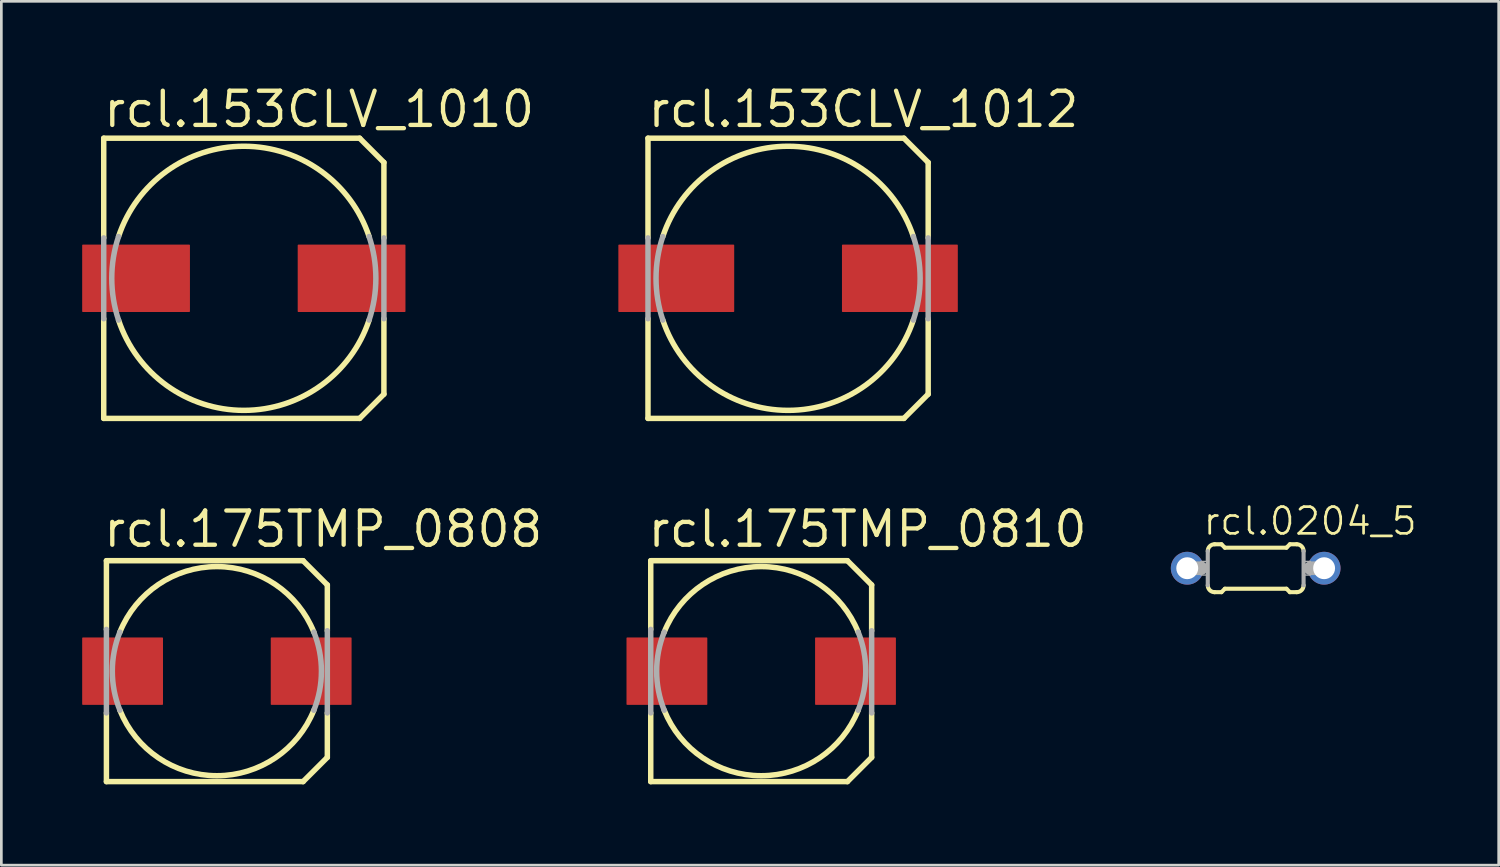
<source format=kicad_pcb>
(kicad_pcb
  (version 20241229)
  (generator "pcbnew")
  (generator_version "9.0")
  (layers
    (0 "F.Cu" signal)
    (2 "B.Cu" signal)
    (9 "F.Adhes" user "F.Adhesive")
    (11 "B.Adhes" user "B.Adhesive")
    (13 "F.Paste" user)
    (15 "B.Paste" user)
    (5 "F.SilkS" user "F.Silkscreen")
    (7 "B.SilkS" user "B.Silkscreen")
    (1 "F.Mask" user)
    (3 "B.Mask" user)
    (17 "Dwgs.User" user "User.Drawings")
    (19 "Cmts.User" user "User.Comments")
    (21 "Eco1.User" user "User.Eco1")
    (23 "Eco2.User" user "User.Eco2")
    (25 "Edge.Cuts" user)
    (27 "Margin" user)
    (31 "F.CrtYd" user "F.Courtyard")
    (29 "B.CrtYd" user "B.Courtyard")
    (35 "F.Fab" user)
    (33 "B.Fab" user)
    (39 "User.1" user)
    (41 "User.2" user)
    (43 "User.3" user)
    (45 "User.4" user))
  (footprint "rcl.175TMP_0810"
    (layer "F.Cu")
    (at 25.204 21.862)
    (property "Reference" "rcl.175TMP_0810" (at -4.29 -4.53 0) (layer "F.SilkS") (effects (font (size 1.27 1.27) (thickness 0.16)) (justify left bottom)))
    (attr smd)
    (fp_line (start -4.1 -4.1) (end 3.2 -4.1) (stroke (width 0.203) (type default)) (layer "F.SilkS"))
    (fp_line (start -4.1 -1.55) (end -4.1 -4.1) (stroke (width 0.203) (type default)) (layer "F.SilkS"))
    (fp_line (start -4.1 4.1) (end -4.1 1.55) (stroke (width 0.203) (type default)) (layer "F.SilkS"))
    (fp_line (start 3.2 -4.1) (end 4.1 -3.2) (stroke (width 0.203) (type default)) (layer "F.SilkS"))
    (fp_line (start 3.2 4.1) (end -4.1 4.1) (stroke (width 0.203) (type default)) (layer "F.SilkS"))
    (fp_line (start 4.1 -3.2) (end 4.1 -1.5) (stroke (width 0.203) (type default)) (layer "F.SilkS"))
    (fp_line (start 4.1 1.55) (end 4.1 3.2) (stroke (width 0.203) (type default)) (layer "F.SilkS"))
    (fp_line (start 4.1 3.2) (end 3.2 4.1) (stroke (width 0.203) (type default)) (layer "F.SilkS"))
    (fp_arc (start -3.6 -1.45) (mid 0 -3.881044) (end 3.6 -1.45) (stroke (width 0.2032) (type default)) (layer "F.SilkS"))
    (fp_arc (start 3.6 1.45) (mid 0 3.881044) (end -3.6 1.45) (stroke (width 0.2032) (type default)) (layer "F.SilkS"))
    (fp_line (start -4.1 1.55) (end -4.1 -1.55) (stroke (width 0.203) (type default)) (layer "F.Fab"))
    (fp_line (start 4.1 -1.5) (end 4.1 1.55) (stroke (width 0.203) (type default)) (layer "F.Fab"))
    (fp_arc (start -3.6 1.45) (mid -3.881044 0) (end -3.6 -1.45) (stroke (width 0.2032) (type default)) (layer "F.Fab"))
    (fp_arc (start 3.6 -1.45) (mid 3.881044 0) (end 3.6 1.45) (stroke (width 0.2032) (type default)) (layer "F.Fab"))
    (pad "+" smd roundrect (at 3.5 0) (size 3 2.5) (layers "F.Cu" "F.Mask" "F.Paste") (roundrect_rratio 0.01))
    (pad "-" smd roundrect (at -3.5 0) (size 3 2.5) (layers "F.Cu" "F.Mask" "F.Paste") (roundrect_rratio 0.01)))
  (footprint "rcl.0204_5"
    (layer "F.Cu")
    (at 43.558 18.041)
    (property "Reference" "rcl.0204_5" (at -2.007 -1.168 0) (layer "F.SilkS") (effects (font (size 0.991 0.991) (thickness 0.1)) (justify left bottom)))
    (attr through_hole)
    (fp_line (start -1.524 -0.889) (end -1.27 -0.889) (stroke (width 0.152) (type default)) (layer "F.SilkS"))
    (fp_line (start -1.524 0.889) (end -1.27 0.889) (stroke (width 0.152) (type default)) (layer "F.SilkS"))
    (fp_line (start -1.143 -0.762) (end -1.27 -0.889) (stroke (width 0.152) (type default)) (layer "F.SilkS"))
    (fp_line (start -1.143 0.762) (end -1.27 0.889) (stroke (width 0.152) (type default)) (layer "F.SilkS"))
    (fp_line (start 1.143 -0.762) (end -1.143 -0.762) (stroke (width 0.152) (type default)) (layer "F.SilkS"))
    (fp_line (start 1.143 -0.762) (end 1.27 -0.889) (stroke (width 0.152) (type default)) (layer "F.SilkS"))
    (fp_line (start 1.143 0.762) (end -1.143 0.762) (stroke (width 0.152) (type default)) (layer "F.SilkS"))
    (fp_line (start 1.143 0.762) (end 1.27 0.889) (stroke (width 0.152) (type default)) (layer "F.SilkS"))
    (fp_line (start 1.524 -0.889) (end 1.27 -0.889) (stroke (width 0.152) (type default)) (layer "F.SilkS"))
    (fp_line (start 1.524 0.889) (end 1.27 0.889) (stroke (width 0.152) (type default)) (layer "F.SilkS"))
    (fp_arc (start -1.778 -0.635) (mid -1.703605 -0.814605) (end -1.524 -0.889) (stroke (width 0.1524) (type default)) (layer "F.SilkS"))
    (fp_arc (start -1.524 0.889) (mid -1.703605 0.814605) (end -1.778 0.635) (stroke (width 0.1524) (type default)) (layer "F.SilkS"))
    (fp_arc (start 1.524 -0.889) (mid 1.703605 -0.814605) (end 1.778 -0.635) (stroke (width 0.1524) (type default)) (layer "F.SilkS"))
    (fp_arc (start 1.778 0.635) (mid 1.703605 0.814605) (end 1.524 0.889) (stroke (width 0.1524) (type default)) (layer "F.SilkS"))
    (fp_line (start -2.54 0) (end -2.032 0) (stroke (width 0.508) (type default)) (layer "F.Fab"))
    (fp_line (start -1.778 0.635) (end -1.778 -0.635) (stroke (width 0.152) (type default)) (layer "F.Fab"))
    (fp_line (start 1.778 0.635) (end 1.778 -0.635) (stroke (width 0.152) (type default)) (layer "F.Fab"))
    (fp_line (start 2.54 0) (end 2.032 0) (stroke (width 0.508) (type default)) (layer "F.Fab"))
    (fp_rect (start -2.032 0.254) (end -1.778 -0.254) (stroke (width 0.05) (type default)) (fill no) (layer "F.Fab"))
    (fp_rect (start 1.778 0.254) (end 2.032 -0.254) (stroke (width 0.05) (type default)) (fill no) (layer "F.Fab"))
    (pad "1" thru_hole circle (at -2.54 0) (size 1.219 1.219) (drill 0.813) (layers "*.Cu" "*.Mask"))
    (pad "2" thru_hole circle (at 2.54 0) (size 1.219 1.219) (drill 0.813) (layers "*.Cu" "*.Mask")))
  (footprint "rcl.153CLV_1010"
    (layer "F.Cu")
    (at 6 7.28)
    (property "Reference" "rcl.153CLV_1010" (at -5.29 -5.53 0) (layer "F.SilkS") (effects (font (size 1.27 1.27) (thickness 0.16)) (justify left bottom)))
    (attr smd)
    (fp_line (start -5.2 -5.2) (end 4.3 -5.2) (stroke (width 0.203) (type default)) (layer "F.SilkS"))
    (fp_line (start -5.2 -1.5) (end -5.2 -5.2) (stroke (width 0.203) (type default)) (layer "F.SilkS"))
    (fp_line (start -5.2 5.2) (end -5.2 1.5) (stroke (width 0.203) (type default)) (layer "F.SilkS"))
    (fp_line (start 4.3 -5.2) (end 5.2 -4.3) (stroke (width 0.203) (type default)) (layer "F.SilkS"))
    (fp_line (start 4.3 5.2) (end -5.2 5.2) (stroke (width 0.203) (type default)) (layer "F.SilkS"))
    (fp_line (start 5.2 -4.3) (end 5.2 -1.5) (stroke (width 0.203) (type default)) (layer "F.SilkS"))
    (fp_line (start 5.2 1.5) (end 5.2 4.3) (stroke (width 0.203) (type default)) (layer "F.SilkS"))
    (fp_line (start 5.2 4.3) (end 4.3 5.2) (stroke (width 0.203) (type default)) (layer "F.SilkS"))
    (fp_arc (start -4.65 -1.55) (mid 0 -4.90153) (end 4.65 -1.55) (stroke (width 0.2032) (type default)) (layer "F.SilkS"))
    (fp_arc (start 4.65 1.55) (mid 0 4.90153) (end -4.65 1.55) (stroke (width 0.2032) (type default)) (layer "F.SilkS"))
    (fp_line (start -5.2 1.5) (end -5.2 -1.5) (stroke (width 0.203) (type default)) (layer "F.Fab"))
    (fp_line (start 5.2 -1.5) (end 5.2 1.5) (stroke (width 0.203) (type default)) (layer "F.Fab"))
    (fp_arc (start -4.65 1.55) (mid -4.90153 0) (end -4.65 -1.55) (stroke (width 0.2032) (type default)) (layer "F.Fab"))
    (fp_arc (start 4.65 -1.55) (mid 4.90153 0) (end 4.65 1.55) (stroke (width 0.2032) (type default)) (layer "F.Fab"))
    (pad "+" smd roundrect (at 4 0) (size 4 2.5) (layers "F.Cu" "F.Mask" "F.Paste") (roundrect_rratio 0.01))
    (pad "-" smd roundrect (at -4 0) (size 4 2.5) (layers "F.Cu" "F.Mask" "F.Paste") (roundrect_rratio 0.01)))
  (footprint "rcl.175TMP_0808"
    (layer "F.Cu")
    (at 5 21.862)
    (property "Reference" "rcl.175TMP_0808" (at -4.29 -4.53 0) (layer "F.SilkS") (effects (font (size 1.27 1.27) (thickness 0.16)) (justify left bottom)))
    (attr smd)
    (fp_line (start -4.1 -4.1) (end 3.2 -4.1) (stroke (width 0.203) (type default)) (layer "F.SilkS"))
    (fp_line (start -4.1 -1.55) (end -4.1 -4.1) (stroke (width 0.203) (type default)) (layer "F.SilkS"))
    (fp_line (start -4.1 4.1) (end -4.1 1.55) (stroke (width 0.203) (type default)) (layer "F.SilkS"))
    (fp_line (start 3.2 -4.1) (end 4.1 -3.2) (stroke (width 0.203) (type default)) (layer "F.SilkS"))
    (fp_line (start 3.2 4.1) (end -4.1 4.1) (stroke (width 0.203) (type default)) (layer "F.SilkS"))
    (fp_line (start 4.1 -3.2) (end 4.1 -1.5) (stroke (width 0.203) (type default)) (layer "F.SilkS"))
    (fp_line (start 4.1 1.55) (end 4.1 3.2) (stroke (width 0.203) (type default)) (layer "F.SilkS"))
    (fp_line (start 4.1 3.2) (end 3.2 4.1) (stroke (width 0.203) (type default)) (layer "F.SilkS"))
    (fp_arc (start -3.6 -1.45) (mid 0 -3.881044) (end 3.6 -1.45) (stroke (width 0.2032) (type default)) (layer "F.SilkS"))
    (fp_arc (start 3.6 1.45) (mid 0 3.881044) (end -3.6 1.45) (stroke (width 0.2032) (type default)) (layer "F.SilkS"))
    (fp_line (start -4.1 1.55) (end -4.1 -1.55) (stroke (width 0.203) (type default)) (layer "F.Fab"))
    (fp_line (start 4.1 -1.5) (end 4.1 1.55) (stroke (width 0.203) (type default)) (layer "F.Fab"))
    (fp_arc (start -3.6 1.45) (mid -3.881044 0) (end -3.6 -1.45) (stroke (width 0.2032) (type default)) (layer "F.Fab"))
    (fp_arc (start 3.6 -1.45) (mid 3.881044 0) (end 3.6 1.45) (stroke (width 0.2032) (type default)) (layer "F.Fab"))
    (pad "+" smd roundrect (at 3.5 0) (size 3 2.5) (layers "F.Cu" "F.Mask" "F.Paste") (roundrect_rratio 0.01))
    (pad "-" smd roundrect (at -3.5 0) (size 3 2.5) (layers "F.Cu" "F.Mask" "F.Paste") (roundrect_rratio 0.01)))
  (footprint "rcl.153CLV_1012"
    (layer "F.Cu")
    (at 26.202 7.28)
    (property "Reference" "rcl.153CLV_1012" (at -5.29 -5.53 0) (layer "F.SilkS") (effects (font (size 1.27 1.27) (thickness 0.16)) (justify left bottom)))
    (attr smd)
    (fp_line (start -5.2 -5.2) (end 4.3 -5.2) (stroke (width 0.203) (type default)) (layer "F.SilkS"))
    (fp_line (start -5.2 -1.5) (end -5.2 -5.2) (stroke (width 0.203) (type default)) (layer "F.SilkS"))
    (fp_line (start -5.2 5.2) (end -5.2 1.5) (stroke (width 0.203) (type default)) (layer "F.SilkS"))
    (fp_line (start 4.3 -5.2) (end 5.2 -4.3) (stroke (width 0.203) (type default)) (layer "F.SilkS"))
    (fp_line (start 4.3 5.2) (end -5.2 5.2) (stroke (width 0.203) (type default)) (layer "F.SilkS"))
    (fp_line (start 5.2 -4.3) (end 5.2 -1.5) (stroke (width 0.203) (type default)) (layer "F.SilkS"))
    (fp_line (start 5.2 1.5) (end 5.2 4.3) (stroke (width 0.203) (type default)) (layer "F.SilkS"))
    (fp_line (start 5.2 4.3) (end 4.3 5.2) (stroke (width 0.203) (type default)) (layer "F.SilkS"))
    (fp_arc (start -4.65 -1.55) (mid 0 -4.90153) (end 4.65 -1.55) (stroke (width 0.2032) (type default)) (layer "F.SilkS"))
    (fp_arc (start 4.65 1.55) (mid 0 4.90153) (end -4.65 1.55) (stroke (width 0.2032) (type default)) (layer "F.SilkS"))
    (fp_line (start -5.2 1.5) (end -5.2 -1.5) (stroke (width 0.203) (type default)) (layer "F.Fab"))
    (fp_line (start 5.2 -1.5) (end 5.2 1.5) (stroke (width 0.203) (type default)) (layer "F.Fab"))
    (fp_arc (start -4.65 1.55) (mid -4.90153 0) (end -4.65 -1.55) (stroke (width 0.2032) (type default)) (layer "F.Fab"))
    (fp_arc (start 4.65 -1.55) (mid 4.90153 0) (end 4.65 1.55) (stroke (width 0.2032) (type default)) (layer "F.Fab"))
    (pad "+" smd roundrect (at 4.15 0) (size 4.3 2.5) (layers "F.Cu" "F.Mask" "F.Paste") (roundrect_rratio 0.01))
    (pad "-" smd roundrect (at -4.15 0) (size 4.3 2.5) (layers "F.Cu" "F.Mask" "F.Paste") (roundrect_rratio 0.01)))
  (gr_rect
    (start -3 -3)
    (end 52.578 29.063)
    (stroke (width 0.1) (type default))
    (fill no)
    (layer "Edge.Cuts")))
</source>
